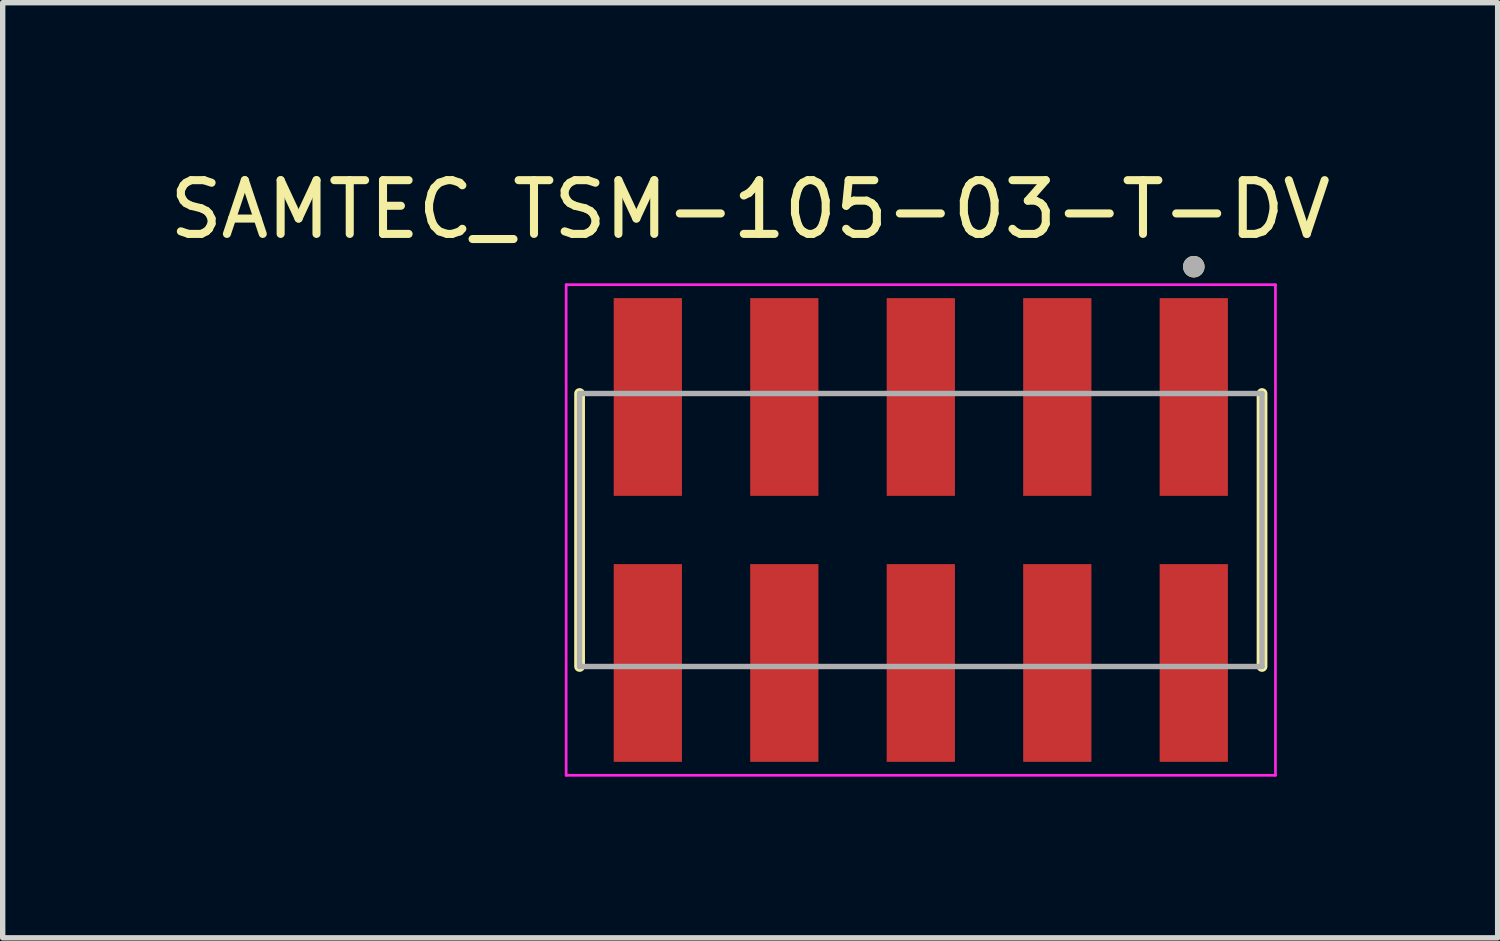
<source format=kicad_pcb>
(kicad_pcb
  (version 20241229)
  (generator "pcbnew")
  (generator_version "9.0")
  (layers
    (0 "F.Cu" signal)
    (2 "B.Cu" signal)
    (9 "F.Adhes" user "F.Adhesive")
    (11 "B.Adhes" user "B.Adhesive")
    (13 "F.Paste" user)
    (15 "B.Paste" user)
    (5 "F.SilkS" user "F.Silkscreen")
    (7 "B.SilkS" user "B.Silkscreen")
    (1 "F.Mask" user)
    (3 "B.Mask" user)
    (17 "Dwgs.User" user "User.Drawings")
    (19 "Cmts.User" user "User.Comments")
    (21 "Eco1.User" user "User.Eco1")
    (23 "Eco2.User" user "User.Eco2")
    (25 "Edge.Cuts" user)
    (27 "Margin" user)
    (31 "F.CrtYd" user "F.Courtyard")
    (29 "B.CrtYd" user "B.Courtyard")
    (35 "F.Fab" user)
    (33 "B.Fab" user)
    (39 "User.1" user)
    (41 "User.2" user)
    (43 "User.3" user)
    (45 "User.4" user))
  (footprint "SAMTEC_TSM-105-03-T-DV"
    (layer "F.Cu")
    (at 14.086 6.813)
    (property "Reference" "SAMTEC_TSM-105-03-T-DV" (at -3.175 -5.965 0) (layer "F.SilkS") (effects (font (size 1 1) (thickness 0.15))))
    (attr smd)
    (fp_line (start -6.35 2.54) (end -6.35 -2.54) (stroke (width 0.2) (type solid)) (layer "F.SilkS"))
    (fp_line (start 6.35 -2.54) (end 6.35 2.54) (stroke (width 0.2) (type solid)) (layer "F.SilkS"))
    (fp_circle (center 5.08 -4.9) (end 5.18 -4.9) (stroke (width 0.2) (type solid)) (fill no) (layer "F.SilkS"))
    (fp_line (start -6.6 -4.565) (end 6.6 -4.565) (stroke (width 0.05) (type solid)) (layer "F.CrtYd"))
    (fp_line (start -6.6 4.565) (end -6.6 -4.565) (stroke (width 0.05) (type solid)) (layer "F.CrtYd"))
    (fp_line (start 6.6 -4.565) (end 6.6 4.565) (stroke (width 0.05) (type solid)) (layer "F.CrtYd"))
    (fp_line (start 6.6 4.565) (end -6.6 4.565) (stroke (width 0.05) (type solid)) (layer "F.CrtYd"))
    (fp_line (start -6.35 -2.54) (end 6.35 -2.54) (stroke (width 0.1) (type solid)) (layer "F.Fab"))
    (fp_line (start -6.35 2.54) (end -6.35 -2.54) (stroke (width 0.1) (type solid)) (layer "F.Fab"))
    (fp_line (start 6.35 -2.54) (end 6.35 2.54) (stroke (width 0.1) (type solid)) (layer "F.Fab"))
    (fp_line (start 6.35 2.54) (end -6.35 2.54) (stroke (width 0.1) (type solid)) (layer "F.Fab"))
    (fp_circle (center 5.08 -4.9) (end 5.18 -4.9) (stroke (width 0.2) (type solid)) (fill no) (layer "F.Fab"))
    (pad "01" smd rect (at 5.08 -2.475) (size 1.27 3.68) (layers "F.Cu" "F.Mask" "F.Paste"))
    (pad "02" smd rect (at 5.08 2.475) (size 1.27 3.68) (layers "F.Cu" "F.Mask" "F.Paste"))
    (pad "03" smd rect (at 2.54 -2.475) (size 1.27 3.68) (layers "F.Cu" "F.Mask" "F.Paste"))
    (pad "04" smd rect (at 2.54 2.475) (size 1.27 3.68) (layers "F.Cu" "F.Mask" "F.Paste"))
    (pad "05" smd rect (at 0 -2.475) (size 1.27 3.68) (layers "F.Cu" "F.Mask" "F.Paste"))
    (pad "06" smd rect (at 0 2.475) (size 1.27 3.68) (layers "F.Cu" "F.Mask" "F.Paste"))
    (pad "07" smd rect (at -2.54 -2.475) (size 1.27 3.68) (layers "F.Cu" "F.Mask" "F.Paste"))
    (pad "08" smd rect (at -2.54 2.475) (size 1.27 3.68) (layers "F.Cu" "F.Mask" "F.Paste"))
    (pad "09" smd rect (at -5.08 -2.475) (size 1.27 3.68) (layers "F.Cu" "F.Mask" "F.Paste"))
    (pad "10" smd rect (at -5.08 2.475) (size 1.27 3.68) (layers "F.Cu" "F.Mask" "F.Paste")))
  (gr_rect
    (start -3 -3)
    (end 24.821 14.403)
    (stroke (width 0.1) (type default))
    (fill no)
    (layer "Edge.Cuts")))
</source>
